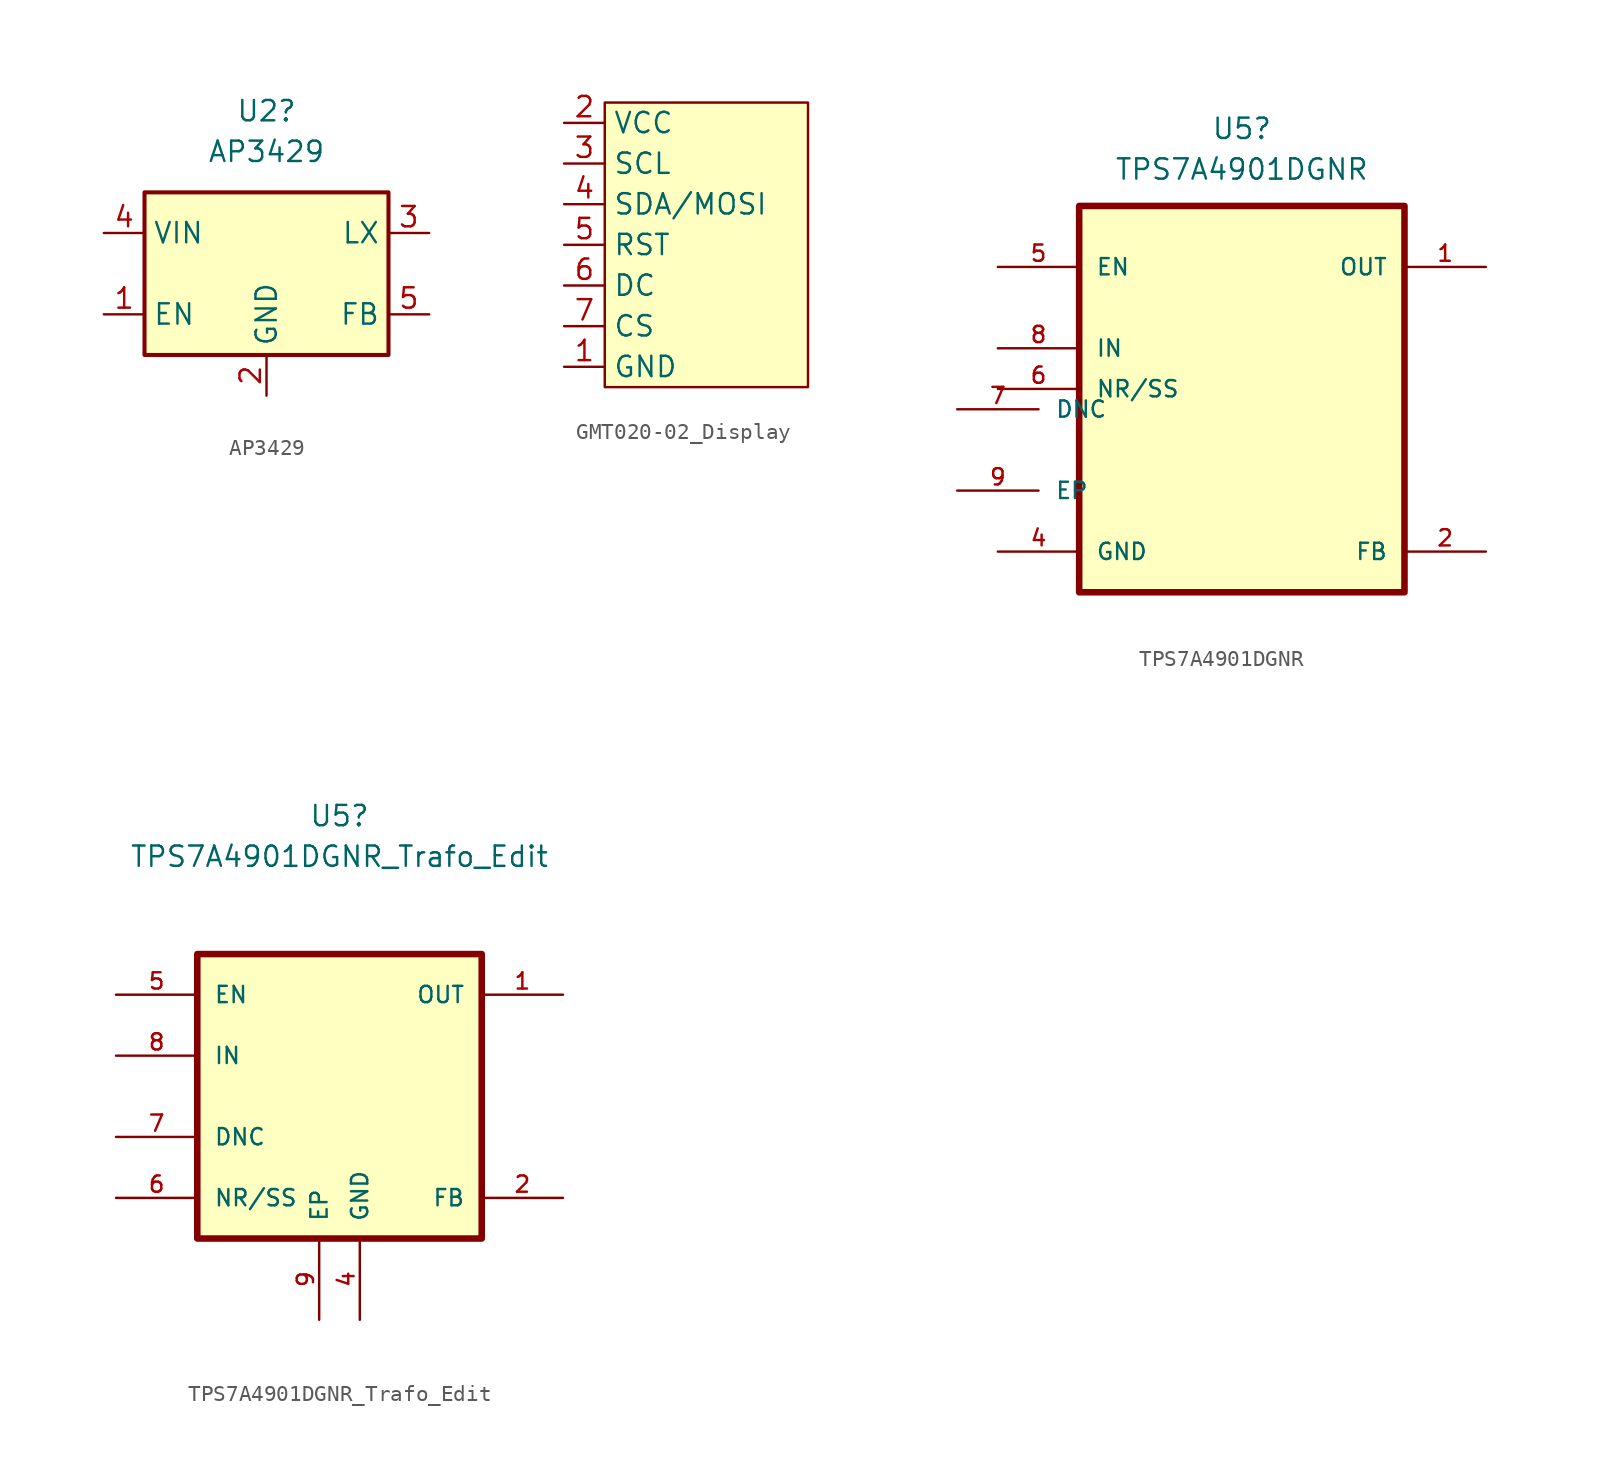
<source format=kicad_sym>
(kicad_symbol_lib
  (version 20241209)
  (generator "kicad_symbol_editor")
  (generator_version "9.0")
  (symbol "AP3429"
    (property "Reference" "U2"
      (at 0 10.16 0)
      (effects (font (size 1.27 1.27))))
    (property "Value" "AP3429"
      (at 0 7.62 0)
      (effects (font (size 1.27 1.27))))
    (property "Description" ""
      (at 0 0 0)
      (effects (font (size 1.27 1.27))))
    (symbol "AP3429_0_1"
      (rectangle (start -7.62 5.08) (end 7.62 -5.08) (stroke (width 0.254) (type default)) (fill (type background))))
    (symbol "AP3429_1_1"
      (pin power_in line (at -10.16 2.54 0) (length 2.54) (name "VIN" (effects (font (size 1.27 1.27)))) (number "4" (effects (font (size 1.27 1.27)))))
      (pin input line (at -10.16 -2.54 0) (length 2.54) (name "EN" (effects (font (size 1.27 1.27)))) (number "1" (effects (font (size 1.27 1.27)))))
      (pin power_in line (at 0 -7.62 90) (length 2.54) (name "GND" (effects (font (size 1.27 1.27)))) (number "2" (effects (font (size 1.27 1.27)))))
      (pin power_out line (at 10.16 2.54 180) (length 2.54) (name "LX" (effects (font (size 1.27 1.27)))) (number "3" (effects (font (size 1.27 1.27)))))
      (pin input line (at 10.16 -2.54 180) (length 2.54) (name "FB" (effects (font (size 1.27 1.27)))) (number "5" (effects (font (size 1.27 1.27)))))))
  (symbol "GMT020-02_Display"
    (property "Reference" "TFT"
      (at 0 0 0)
      (effects (font (size 1.27 1.27)) (hide yes)))
    (property "Value" ""
      (at 0 0 0)
      (effects (font (size 1.27 1.27))))
    (symbol "GMT020-02_Display_0_1"
      (rectangle (start -6.35 8.89) (end 6.35 -8.89) (stroke (width 0) (type default)) (fill (type background))))
    (symbol "GMT020-02_Display_1_0"
      (pin power_in line (at -8.89 7.62 0) (length 2.54) (name "VCC" (effects (font (size 1.27 1.27)))) (number "2" (effects (font (size 1.27 1.27)))))
      (pin input line (at -8.89 5.08 0) (length 2.54) (name "SCL" (effects (font (size 1.27 1.27)))) (number "3" (effects (font (size 1.27 1.27)))))
      (pin input line (at -8.89 2.54 0) (length 2.54) (name "SDA/MOSI" (effects (font (size 1.27 1.27)))) (number "4" (effects (font (size 1.27 1.27)))))
      (pin input line (at -8.89 0 0) (length 2.54) (name "RST" (effects (font (size 1.27 1.27)))) (number "5" (effects (font (size 1.27 1.27)))))
      (pin input line (at -8.89 -2.54 0) (length 2.54) (name "DC" (effects (font (size 1.27 1.27)))) (number "6" (effects (font (size 1.27 1.27)))))
      (pin input line (at -8.89 -5.08 0) (length 2.54) (name "CS" (effects (font (size 1.27 1.27)))) (number "7" (effects (font (size 1.27 1.27))))))
    (symbol "GMT020-02_Display_1_1"
      (pin power_in line (at -8.89 -7.62 0) (length 2.54) (name "GND" (effects (font (size 1.27 1.27)))) (number "1" (effects (font (size 1.27 1.27)))))))
  (symbol "TPS7A4901DGNR"
    (pin_names
      (offset 1.016))
    (property "Reference" "U5"
      (at 0 17.526 0)
      (effects (font (size 1.27 1.27))))
    (property "Value" "TPS7A4901DGNR"
      (at 0 14.986 0)
      (effects (font (size 1.27 1.27))))
    (symbol "TPS7A4901DGNR_0_0"
      (rectangle (start -10.16 12.7) (end 10.16 -11.43) (stroke (width 0.41) (type default)) (fill (type background)))
      (pin bidirectional line (at -17.78 0 0) (length 5.08) (name "DNC" (effects (font (size 1.016 1.016)))) (number "7" (effects (font (size 1.016 1.016)))))
      (pin bidirectional line (at -17.78 -5.08 0) (length 5.08) (name "EP" (effects (font (size 1.016 1.016)))) (number "9" (effects (font (size 1.016 1.016)))))
      (pin input line (at -15.24 8.89 0) (length 5.08) (name "EN" (effects (font (size 1.016 1.016)))) (number "5" (effects (font (size 1.016 1.016)))))
      (pin input line (at -15.24 3.81 0) (length 5.08) (name "IN" (effects (font (size 1.016 1.016)))) (number "8" (effects (font (size 1.016 1.016)))))
      (pin input line (at -15.24 1.27 0) (length 5.08) (name "NR/SS" (effects (font (size 1.016 1.016)))) (number "6" (effects (font (size 1.016 1.016)))))
      (pin power_in line (at -15.24 -8.89 0) (length 5.08) (name "GND" (effects (font (size 1.016 1.016)))) (number "4" (effects (font (size 1.016 1.016)))))
      (pin output line (at 15.24 8.89 180) (length 5.08) (name "OUT" (effects (font (size 1.016 1.016)))) (number "1" (effects (font (size 1.016 1.016)))))
      (pin input line (at 15.24 -8.89 180) (length 5.08) (name "FB" (effects (font (size 1.016 1.016)))) (number "2" (effects (font (size 1.016 1.016)))))))
  (symbol "TPS7A4901DGNR_Trafo_Edit"
    (pin_names
      (offset 1.016))
    (property "Reference" "U5"
      (at 0 17.526 0)
      (effects (font (size 1.27 1.27))))
    (property "Value" "TPS7A4901DGNR_Trafo_Edit"
      (at 0 14.986 0)
      (effects (font (size 1.27 1.27))))
    (symbol "TPS7A4901DGNR_Trafo_Edit_0_0"
      (rectangle (start -8.89 8.89) (end 8.89 -8.89) (stroke (width 0.41) (type default)) (fill (type background)))
      (pin input line (at -13.97 6.35 0) (length 5.08) (name "EN" (effects (font (size 1.016 1.016)))) (number "5" (effects (font (size 1.016 1.016)))))
      (pin input line (at -13.97 2.54 0) (length 5.08) (name "IN" (effects (font (size 1.016 1.016)))) (number "8" (effects (font (size 1.016 1.016)))))
      (pin bidirectional line (at -13.97 -2.54 0) (length 5.08) (name "DNC" (effects (font (size 1.016 1.016)))) (number "7" (effects (font (size 1.016 1.016)))))
      (pin input line (at -13.97 -6.35 0) (length 5.08) (name "NR/SS" (effects (font (size 1.016 1.016)))) (number "6" (effects (font (size 1.016 1.016)))))
      (pin bidirectional line (at -1.27 -13.97 90) (length 5.08) (name "EP" (effects (font (size 1.016 1.016)))) (number "9" (effects (font (size 1.016 1.016)))))
      (pin power_in line (at 1.27 -13.97 90) (length 5.08) (name "GND" (effects (font (size 1.016 1.016)))) (number "4" (effects (font (size 1.016 1.016)))))
      (pin input line (at 13.97 -6.35 180) (length 5.08) (name "FB" (effects (font (size 1.016 1.016)))) (number "2" (effects (font (size 1.016 1.016))))))
    (symbol "TPS7A4901DGNR_Trafo_Edit_1_0"
      (pin power_out line (at 13.97 6.35 180) (length 5.08) (name "OUT" (effects (font (size 1.016 1.016)))) (number "1" (effects (font (size 1.016 1.016))))))))
</source>
